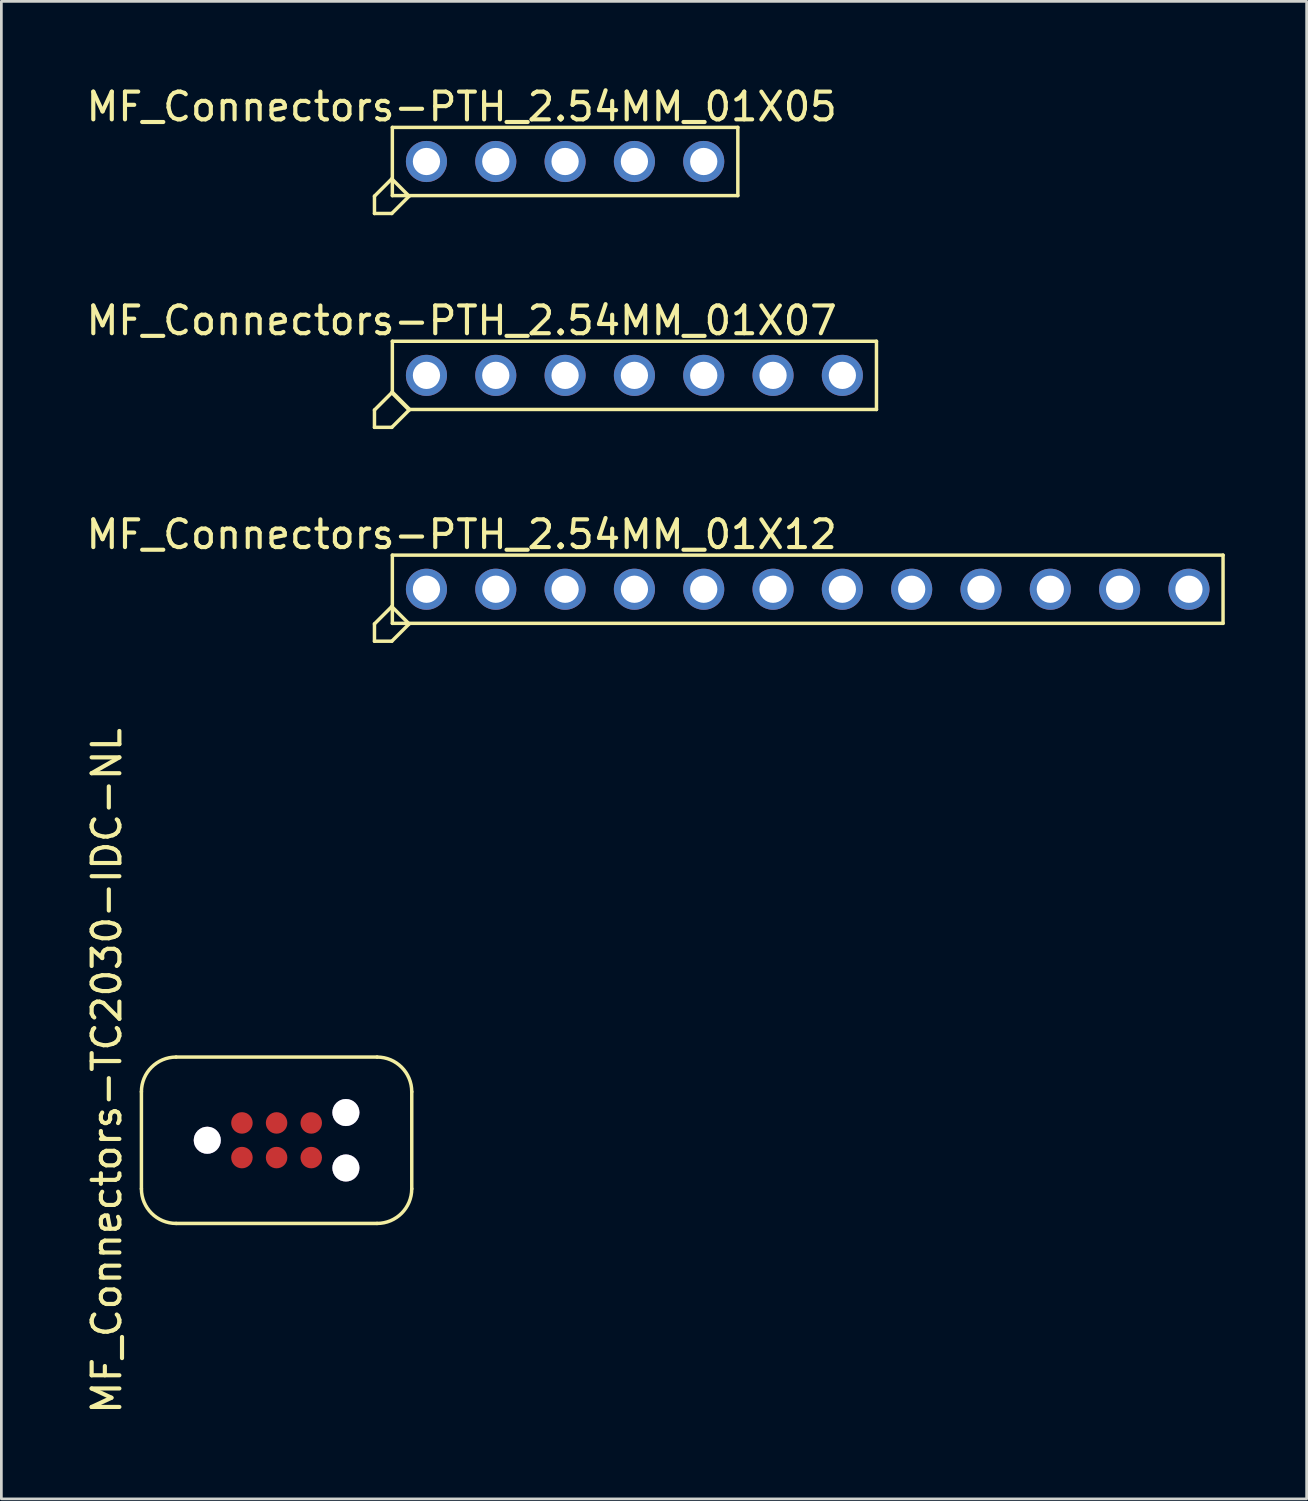
<source format=kicad_pcb>
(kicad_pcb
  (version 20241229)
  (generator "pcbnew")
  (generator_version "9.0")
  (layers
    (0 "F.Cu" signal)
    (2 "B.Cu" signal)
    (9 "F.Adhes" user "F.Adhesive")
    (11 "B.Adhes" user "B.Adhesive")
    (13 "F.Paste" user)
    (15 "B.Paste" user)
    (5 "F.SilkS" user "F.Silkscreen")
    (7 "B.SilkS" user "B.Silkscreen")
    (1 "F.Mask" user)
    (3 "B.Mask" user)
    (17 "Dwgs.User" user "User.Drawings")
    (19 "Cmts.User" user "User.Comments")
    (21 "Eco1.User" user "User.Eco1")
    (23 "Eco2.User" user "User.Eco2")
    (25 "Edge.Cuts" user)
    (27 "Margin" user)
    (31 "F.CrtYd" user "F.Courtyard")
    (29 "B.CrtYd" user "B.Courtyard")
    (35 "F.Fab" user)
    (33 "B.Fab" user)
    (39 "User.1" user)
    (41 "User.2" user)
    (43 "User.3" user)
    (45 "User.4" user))
  (footprint "MF_Connectors-PTH_2.54MM_01X05"
    (layer "F.Cu")
    (at 17.657 2.868)
    (property "Reference" "MF_Connectors-PTH_2.54MM_01X05" (at -3.79 -2.007 0) (layer "F.SilkS") (effects (font (size 1.016 1.016) (thickness 0.152))))
    (attr exclude_from_pos_files exclude_from_bom)
    (fp_line (start -6.985 1.27) (end -6.985 1.905) (stroke (width 0.127) (type solid)) (layer "F.SilkS"))
    (fp_line (start -6.985 1.905) (end -6.35 1.905) (stroke (width 0.127) (type solid)) (layer "F.SilkS"))
    (fp_line (start -6.35 0.635) (end -6.985 1.27) (stroke (width 0.127) (type solid)) (layer "F.SilkS"))
    (fp_line (start -6.35 1.905) (end -5.715 1.27) (stroke (width 0.127) (type solid)) (layer "F.SilkS"))
    (fp_line (start -6.33 -1.25) (end 6.33 -1.25) (stroke (width 0.127) (type solid)) (layer "F.SilkS"))
    (fp_line (start -6.33 1.25) (end -6.33 -1.25) (stroke (width 0.127) (type solid)) (layer "F.SilkS"))
    (fp_line (start -5.715 1.27) (end -6.35 0.635) (stroke (width 0.127) (type solid)) (layer "F.SilkS"))
    (fp_line (start 6.33 -1.25) (end 6.33 1.25) (stroke (width 0.127) (type solid)) (layer "F.SilkS"))
    (fp_line (start 6.33 1.25) (end -6.33 1.25) (stroke (width 0.127) (type solid)) (layer "F.SilkS"))
    (pad "1" thru_hole circle (at -5.08 0) (size 1.506 1.506) (drill 0.998) (layers "*.Cu" "*.Mask"))
    (pad "2" thru_hole circle (at -2.54 0) (size 1.506 1.506) (drill 0.998) (layers "*.Cu" "*.Mask"))
    (pad "3" thru_hole circle (at 0 0) (size 1.506 1.506) (drill 0.998) (layers "*.Cu" "*.Mask"))
    (pad "4" thru_hole circle (at 2.54 0) (size 1.506 1.506) (drill 0.998) (layers "*.Cu" "*.Mask"))
    (pad "5" thru_hole circle (at 5.08 0) (size 1.506 1.506) (drill 0.998) (layers "*.Cu" "*.Mask")))
  (footprint "MF_Connectors-PTH_2.54MM_01X07"
    (layer "F.Cu")
    (at 20.197 10.705)
    (property "Reference" "MF_Connectors-PTH_2.54MM_01X07" (at -6.33 -2.007 0) (layer "F.SilkS") (effects (font (size 1.016 1.016) (thickness 0.152))))
    (attr exclude_from_pos_files exclude_from_bom)
    (fp_line (start -9.525 1.27) (end -9.525 1.905) (stroke (width 0.127) (type solid)) (layer "F.SilkS"))
    (fp_line (start -9.525 1.905) (end -8.89 1.905) (stroke (width 0.127) (type solid)) (layer "F.SilkS"))
    (fp_line (start -8.89 0.635) (end -9.525 1.27) (stroke (width 0.127) (type solid)) (layer "F.SilkS"))
    (fp_line (start -8.89 1.905) (end -8.255 1.27) (stroke (width 0.127) (type solid)) (layer "F.SilkS"))
    (fp_line (start -8.87 -1.25) (end 8.87 -1.25) (stroke (width 0.127) (type solid)) (layer "F.SilkS"))
    (fp_line (start -8.87 0.615) (end -8.87 -1.25) (stroke (width 0.127) (type solid)) (layer "F.SilkS"))
    (fp_line (start -8.255 1.27) (end -8.89 0.635) (stroke (width 0.127) (type solid)) (layer "F.SilkS"))
    (fp_line (start -8.235 1.25) (end -8.87 0.615) (stroke (width 0.127) (type solid)) (layer "F.SilkS"))
    (fp_line (start 8.87 -1.25) (end 8.87 1.25) (stroke (width 0.127) (type solid)) (layer "F.SilkS"))
    (fp_line (start 8.87 1.25) (end -8.235 1.25) (stroke (width 0.127) (type solid)) (layer "F.SilkS"))
    (pad "1" thru_hole circle (at -7.62 0) (size 1.506 1.506) (drill 0.998) (layers "*.Cu" "*.Mask"))
    (pad "2" thru_hole circle (at -5.08 0) (size 1.506 1.506) (drill 0.998) (layers "*.Cu" "*.Mask"))
    (pad "3" thru_hole circle (at -2.54 0) (size 1.506 1.506) (drill 0.998) (layers "*.Cu" "*.Mask"))
    (pad "4" thru_hole circle (at 0 0) (size 1.506 1.506) (drill 0.998) (layers "*.Cu" "*.Mask"))
    (pad "5" thru_hole circle (at 2.54 0) (size 1.506 1.506) (drill 0.998) (layers "*.Cu" "*.Mask"))
    (pad "6" thru_hole circle (at 5.08 0) (size 1.506 1.506) (drill 0.998) (layers "*.Cu" "*.Mask"))
    (pad "7" thru_hole circle (at 7.62 0) (size 1.506 1.506) (drill 0.998) (layers "*.Cu" "*.Mask")))
  (footprint "MF_Connectors-PTH_2.54MM_01X12"
    (layer "F.Cu")
    (at 26.547 18.542)
    (property "Reference" "MF_Connectors-PTH_2.54MM_01X12" (at -12.68 -2.007 0) (layer "F.SilkS") (effects (font (size 1.016 1.016) (thickness 0.152))))
    (attr exclude_from_pos_files exclude_from_bom)
    (fp_line (start -15.875 1.27) (end -15.875 1.905) (stroke (width 0.127) (type solid)) (layer "F.SilkS"))
    (fp_line (start -15.875 1.905) (end -15.24 1.905) (stroke (width 0.127) (type solid)) (layer "F.SilkS"))
    (fp_line (start -15.24 0.635) (end -15.875 1.27) (stroke (width 0.127) (type solid)) (layer "F.SilkS"))
    (fp_line (start -15.24 1.905) (end -14.605 1.27) (stroke (width 0.127) (type solid)) (layer "F.SilkS"))
    (fp_line (start -15.22 -1.25) (end 15.22 -1.25) (stroke (width 0.127) (type solid)) (layer "F.SilkS"))
    (fp_line (start -15.22 1.25) (end -15.22 -1.25) (stroke (width 0.127) (type solid)) (layer "F.SilkS"))
    (fp_line (start -14.605 1.27) (end -15.24 0.635) (stroke (width 0.127) (type solid)) (layer "F.SilkS"))
    (fp_line (start 15.22 -1.25) (end 15.22 1.25) (stroke (width 0.127) (type solid)) (layer "F.SilkS"))
    (fp_line (start 15.22 1.25) (end -15.22 1.25) (stroke (width 0.127) (type solid)) (layer "F.SilkS"))
    (pad "1" thru_hole circle (at -13.97 0) (size 1.506 1.506) (drill 0.998) (layers "*.Cu" "*.Mask"))
    (pad "2" thru_hole circle (at -11.43 0) (size 1.506 1.506) (drill 0.998) (layers "*.Cu" "*.Mask"))
    (pad "3" thru_hole circle (at -8.89 0) (size 1.506 1.506) (drill 0.998) (layers "*.Cu" "*.Mask"))
    (pad "4" thru_hole circle (at -6.35 0) (size 1.506 1.506) (drill 0.998) (layers "*.Cu" "*.Mask"))
    (pad "5" thru_hole circle (at -3.81 0) (size 1.506 1.506) (drill 0.998) (layers "*.Cu" "*.Mask"))
    (pad "6" thru_hole circle (at -1.27 0) (size 1.506 1.506) (drill 0.998) (layers "*.Cu" "*.Mask"))
    (pad "7" thru_hole circle (at 1.27 0) (size 1.506 1.506) (drill 0.998) (layers "*.Cu" "*.Mask"))
    (pad "8" thru_hole circle (at 3.81 0) (size 1.506 1.506) (drill 0.998) (layers "*.Cu" "*.Mask"))
    (pad "9" thru_hole circle (at 6.35 0) (size 1.506 1.506) (drill 0.998) (layers "*.Cu" "*.Mask"))
    (pad "10" thru_hole circle (at 8.89 0) (size 1.506 1.506) (drill 0.998) (layers "*.Cu" "*.Mask"))
    (pad "11" thru_hole circle (at 11.43 0) (size 1.506 1.506) (drill 0.998) (layers "*.Cu" "*.Mask"))
    (pad "12" thru_hole circle (at 13.97 0) (size 1.506 1.506) (drill 0.998) (layers "*.Cu" "*.Mask")))
  (footprint "MF_Connectors-TC2030-IDC-NL"
    (layer "F.Cu")
    (at 7.085 38.733)
    (property "Reference" "MF_Connectors-TC2030-IDC-NL" (at -6.223 -2.54 90) (layer "F.SilkS") (effects (font (size 1.016 1.016) (thickness 0.152))))
    (attr smd)
    (fp_line (start -4.953 1.778) (end -4.953 -1.778) (stroke (width 0.127) (type solid)) (layer "F.SilkS"))
    (fp_line (start -3.683 -3.048) (end 3.683 -3.048) (stroke (width 0.127) (type solid)) (layer "F.SilkS"))
    (fp_line (start 3.683 3.048) (end -3.683 3.048) (stroke (width 0.127) (type solid)) (layer "F.SilkS"))
    (fp_line (start 4.953 -1.778) (end 4.953 1.778) (stroke (width 0.127) (type solid)) (layer "F.SilkS"))
    (fp_arc (start -4.953 -1.778) (mid -4.581026 -2.676026) (end -3.683 -3.048) (stroke (width 0.127) (type solid)) (layer "F.SilkS"))
    (fp_arc (start -3.683 3.048) (mid -4.581026 2.676026) (end -4.953 1.778) (stroke (width 0.127) (type solid)) (layer "F.SilkS"))
    (fp_arc (start 3.683 -3.048) (mid 4.581026 -2.676026) (end 4.953 -1.778) (stroke (width 0.127) (type solid)) (layer "F.SilkS"))
    (fp_arc (start 4.953 1.778) (mid 4.581026 2.676026) (end 3.683 3.048) (stroke (width 0.127) (type solid)) (layer "F.SilkS"))
    (pad "1" smd circle (at -1.27 0.635) (size 0.787 0.787) (layers "F.Cu" "F.Mask"))
    (pad "2" smd circle (at -1.27 -0.635) (size 0.787 0.787) (layers "F.Cu" "F.Mask"))
    (pad "3" smd circle (at 0 0.635) (size 0.787 0.787) (layers "F.Cu" "F.Mask"))
    (pad "4" smd circle (at 0 -0.635) (size 0.787 0.787) (layers "F.Cu" "F.Mask"))
    (pad "5" smd circle (at 1.27 0.635) (size 0.787 0.787) (layers "F.Cu" "F.Mask"))
    (pad "6" smd circle (at 1.27 -0.635) (size 0.787 0.787) (layers "F.Cu" "F.Mask"))
    (pad "7" thru_hole circle (at -2.54 0) (size 0.991 0.991) (drill 0.991) (layers "*.Cu" "*.Mask"))
    (pad "7" thru_hole circle (at 2.54 -1.016) (size 0.991 0.991) (drill 0.991) (layers "*.Cu" "*.Mask"))
    (pad "7" thru_hole circle (at 2.54 1.016) (size 0.991 0.991) (drill 0.991) (layers "*.Cu" "*.Mask")))
  (gr_rect
    (start -3 -3)
    (end 44.83 51.874)
    (stroke (width 0.1) (type default))
    (fill no)
    (layer "Edge.Cuts")))
</source>
